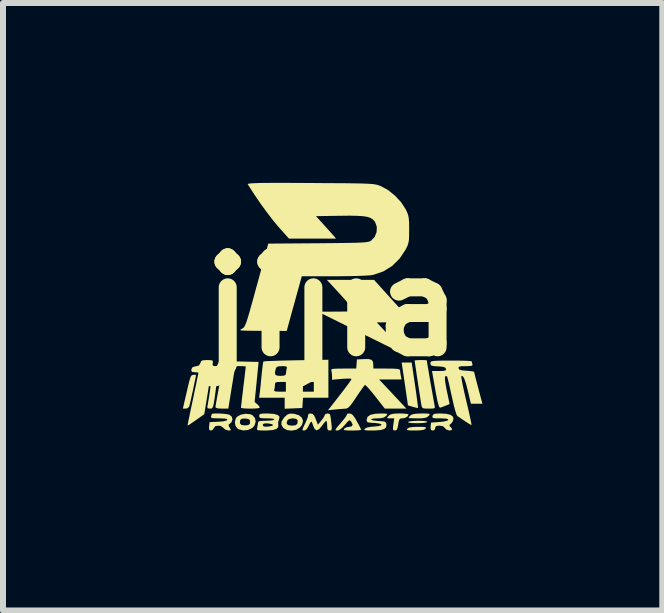
<source format=kicad_pcb>
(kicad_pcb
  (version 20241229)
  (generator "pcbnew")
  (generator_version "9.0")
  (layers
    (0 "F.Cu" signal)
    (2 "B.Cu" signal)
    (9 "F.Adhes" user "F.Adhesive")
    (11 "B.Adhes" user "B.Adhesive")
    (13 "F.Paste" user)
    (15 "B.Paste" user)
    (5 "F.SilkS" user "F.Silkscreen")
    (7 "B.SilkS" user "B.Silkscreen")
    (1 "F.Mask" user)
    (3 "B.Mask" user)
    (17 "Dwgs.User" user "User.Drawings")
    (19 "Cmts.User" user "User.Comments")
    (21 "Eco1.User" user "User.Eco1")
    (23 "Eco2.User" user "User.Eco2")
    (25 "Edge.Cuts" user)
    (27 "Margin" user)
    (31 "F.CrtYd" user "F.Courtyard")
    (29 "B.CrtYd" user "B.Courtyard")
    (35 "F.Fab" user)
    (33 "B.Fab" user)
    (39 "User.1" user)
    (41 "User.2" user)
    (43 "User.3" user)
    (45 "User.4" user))
  (footprint "jijia"
    (layer "F.Cu")
    (at 2.498 2.064)
    (property "Reference" "jijia" (at 0 0 0) (layer "F.SilkS") (effects (font (size 1.5 1.5) (thickness 0.3))))
    (attr board_only exclude_from_pos_files exclude_from_bom)
    (fp_poly (pts (xy 1.374 1.309) (xy 1.391 1.427) (xy 1.405 1.531) (xy 1.416 1.613) (xy 1.423 1.669) (xy 1.424 1.69) (xy 1.424 1.69) (xy 1.403 1.688) (xy 1.357 1.677) (xy 1.337 1.671) (xy 1.256 1.647) (xy 1.204 1.29) (xy 1.151 0.932) (xy 1.234 0.932) (xy 1.318 0.932)) (stroke (width 0) (type solid)) (fill yes) (layer "F.SilkS"))
    (fp_poly (pts (xy 1.516 1.906) (xy 1.566 1.913) (xy 1.58 1.924) (xy 1.58 1.924) (xy 1.555 1.934) (xy 1.5 1.941) (xy 1.426 1.944) (xy 1.405 1.944) (xy 1.32 1.942) (xy 1.269 1.935) (xy 1.255 1.925) (xy 1.256 1.924) (xy 1.281 1.915) (xy 1.335 1.908) (xy 1.409 1.904) (xy 1.43 1.904)) (stroke (width 0) (type solid)) (fill yes) (layer "F.SilkS"))
    (fp_poly (pts (xy 1.499 2.006) (xy 1.542 2.01) (xy 1.557 2.018) (xy 1.552 2.033) (xy 1.55 2.036) (xy 1.521 2.053) (xy 1.465 2.063) (xy 1.377 2.066) (xy 1.372 2.066) (xy 1.296 2.065) (xy 1.253 2.061) (xy 1.238 2.053) (xy 1.243 2.039) (xy 1.246 2.036) (xy 1.275 2.018) (xy 1.33 2.008) (xy 1.419 2.005) (xy 1.423 2.005)) (stroke (width 0) (type solid)) (fill yes) (layer "F.SilkS"))
    (fp_poly (pts (xy 1.561 1.783) (xy 1.604 1.786) (xy 1.619 1.793) (xy 1.614 1.807) (xy 1.6 1.823) (xy 1.573 1.845) (xy 1.535 1.857) (xy 1.474 1.863) (xy 1.415 1.863) (xy 1.343 1.862) (xy 1.29 1.86) (xy 1.266 1.855) (xy 1.266 1.855) (xy 1.278 1.835) (xy 1.298 1.814) (xy 1.33 1.796) (xy 1.387 1.786) (xy 1.475 1.782) (xy 1.483 1.782)) (stroke (width 0) (type solid)) (fill yes) (layer "F.SilkS"))
    (fp_poly (pts (xy -2.279 1.143) (xy -2.283 1.168) (xy -2.294 1.223) (xy -2.31 1.298) (xy -2.328 1.386) (xy -2.348 1.475) (xy -2.366 1.557) (xy -2.381 1.622) (xy -2.391 1.662) (xy -2.392 1.666) (xy -2.419 1.695) (xy -2.45 1.701) (xy -2.498 1.701) (xy -2.469 1.575) (xy -2.436 1.434) (xy -2.412 1.328) (xy -2.393 1.251) (xy -2.378 1.199) (xy -2.366 1.167) (xy -2.354 1.149) (xy -2.342 1.142) (xy -2.328 1.139) (xy -2.324 1.138) (xy -2.289 1.137)) (stroke (width 0) (type solid)) (fill yes) (layer "F.SilkS"))
    (fp_poly (pts (xy -1.928 1.139) (xy -1.919 1.161) (xy -1.923 1.2) (xy -1.931 1.252) (xy -1.942 1.329) (xy -1.953 1.415) (xy -1.955 1.428) (xy -1.97 1.537) (xy -1.982 1.613) (xy -1.993 1.661) (xy -2.005 1.687) (xy -2.02 1.699) (xy -2.042 1.701) (xy -2.049 1.701) (xy -2.085 1.695) (xy -2.09 1.67) (xy -2.089 1.666) (xy -2.083 1.633) (xy -2.072 1.569) (xy -2.058 1.483) (xy -2.044 1.385) (xy -2.044 1.382) (xy -2.029 1.279) (xy -2.017 1.209) (xy -2.005 1.166) (xy -1.993 1.144) (xy -1.977 1.136) (xy -1.96 1.134)) (stroke (width 0) (type solid)) (fill yes) (layer "F.SilkS"))
    (fp_poly (pts (xy 1.189 1.784) (xy 1.242 1.79) (xy 1.266 1.797) (xy 1.266 1.799) (xy 1.248 1.833) (xy 1.204 1.857) (xy 1.163 1.863) (xy 1.129 1.867) (xy 1.111 1.885) (xy 1.099 1.927) (xy 1.094 1.965) (xy 1.082 2.026) (xy 1.067 2.057) (xy 1.043 2.066) (xy 1.039 2.066) (xy 1.016 2.062) (xy 1.006 2.044) (xy 1.008 2.002) (xy 1.013 1.965) (xy 1.027 1.863) (xy 0.961 1.863) (xy 0.917 1.862) (xy 0.909 1.852) (xy 0.929 1.826) (xy 0.932 1.823) (xy 0.959 1.801) (xy 0.997 1.789) (xy 1.058 1.783) (xy 1.117 1.782)) (stroke (width 0) (type solid)) (fill yes) (layer "F.SilkS"))
    (fp_poly (pts (xy 1.007 -0.096) (xy 1.324 0.253) (xy 1.03 0.259) (xy 0.736 0.264) (xy 0.981 0.527) (xy 1.076 0.63) (xy 1.146 0.707) (xy 1.193 0.76) (xy 1.219 0.793) (xy 1.226 0.808) (xy 1.22 0.809) (xy 1.202 0.8) (xy 1.151 0.775) (xy 1.071 0.735) (xy 0.967 0.684) (xy 0.842 0.622) (xy 0.7 0.552) (xy 0.544 0.475) (xy 0.486 0.446) (xy -0.243 0.085) (xy 0.068 0.083) (xy 0.378 0.081) (xy 0.311 0.002) (xy 0.27 -0.045) (xy 0.209 -0.113) (xy 0.139 -0.191) (xy 0.074 -0.262) (xy -0.096 -0.446) (xy 0.298 -0.446) (xy 0.691 -0.446)) (stroke (width 0) (type solid)) (fill yes) (layer "F.SilkS"))
    (fp_poly (pts (xy -1.376 1.794) (xy -1.337 1.811) (xy -1.295 1.859) (xy -1.284 1.921) (xy -1.304 1.984) (xy -1.34 2.024) (xy -1.41 2.057) (xy -1.491 2.065) (xy -1.567 2.046) (xy -1.586 2.034) (xy -1.621 1.988) (xy -1.628 1.944) (xy -1.548 1.944) (xy -1.52 1.974) (xy -1.46 1.982) (xy -1.453 1.981) (xy -1.403 1.973) (xy -1.381 1.955) (xy -1.377 1.924) (xy -1.383 1.89) (xy -1.407 1.874) (xy -1.453 1.867) (xy -1.511 1.869) (xy -1.539 1.888) (xy -1.542 1.893) (xy -1.548 1.944) (xy -1.628 1.944) (xy -1.631 1.925) (xy -1.615 1.864) (xy -1.592 1.835) (xy -1.53 1.801) (xy -1.452 1.787)) (stroke (width 0) (type solid)) (fill yes) (layer "F.SilkS"))
    (fp_poly (pts (xy -0.661 1.786) (xy -0.643 1.788) (xy -0.563 1.811) (xy -0.512 1.854) (xy -0.494 1.91) (xy -0.512 1.973) (xy -0.546 2.016) (xy -0.607 2.054) (xy -0.684 2.068) (xy -0.76 2.059) (xy -0.819 2.027) (xy -0.82 2.026) (xy -0.855 1.97) (xy -0.854 1.946) (xy -0.768 1.946) (xy -0.744 1.975) (xy -0.685 1.985) (xy -0.678 1.985) (xy -0.622 1.979) (xy -0.594 1.96) (xy -0.587 1.945) (xy -0.583 1.897) (xy -0.61 1.871) (xy -0.669 1.863) (xy -0.73 1.875) (xy -0.756 1.899) (xy -0.768 1.946) (xy -0.854 1.946) (xy -0.851 1.912) (xy -0.808 1.849) (xy -0.799 1.839) (xy -0.756 1.801) (xy -0.716 1.785)) (stroke (width 0) (type solid)) (fill yes) (layer "F.SilkS"))
    (fp_poly (pts (xy 1.526 0.892) (xy 1.563 0.894) (xy 1.57 0.896) (xy 1.573 0.919) (xy 1.582 0.974) (xy 1.596 1.054) (xy 1.612 1.15) (xy 1.63 1.256) (xy 1.649 1.363) (xy 1.667 1.464) (xy 1.682 1.551) (xy 1.694 1.616) (xy 1.701 1.653) (xy 1.702 1.656) (xy 1.705 1.682) (xy 1.693 1.696) (xy 1.656 1.701) (xy 1.601 1.701) (xy 1.538 1.7) (xy 1.503 1.693) (xy 1.488 1.673) (xy 1.479 1.636) (xy 1.472 1.595) (xy 1.462 1.526) (xy 1.448 1.437) (xy 1.432 1.336) (xy 1.416 1.229) (xy 1.4 1.126) (xy 1.387 1.034) (xy 1.376 0.96) (xy 1.369 0.913) (xy 1.367 0.899) (xy 1.385 0.895) (xy 1.432 0.892) (xy 1.468 0.891)) (stroke (width 0) (type solid)) (fill yes) (layer "F.SilkS"))
    (fp_poly (pts (xy 0.31 1.789) (xy 0.339 1.812) (xy 0.373 1.859) (xy 0.403 1.912) (xy 0.439 1.977) (xy 0.464 2.027) (xy 0.476 2.053) (xy 0.476 2.054) (xy 0.457 2.06) (xy 0.408 2.064) (xy 0.338 2.066) (xy 0.322 2.066) (xy 0.244 2.065) (xy 0.201 2.061) (xy 0.185 2.053) (xy 0.19 2.039) (xy 0.192 2.036) (xy 0.23 2.013) (xy 0.276 2.005) (xy 0.322 1.995) (xy 0.333 1.965) (xy 0.308 1.916) (xy 0.307 1.915) (xy 0.29 1.898) (xy 0.272 1.899) (xy 0.245 1.924) (xy 0.204 1.972) (xy 0.145 2.034) (xy 0.097 2.063) (xy 0.076 2.066) (xy 0.053 2.064) (xy 0.047 2.054) (xy 0.06 2.03) (xy 0.096 1.986) (xy 0.139 1.937) (xy 0.189 1.877) (xy 0.224 1.829) (xy 0.239 1.8) (xy 0.239 1.795) (xy 0.246 1.786) (xy 0.278 1.782)) (stroke (width 0) (type solid)) (fill yes) (layer "F.SilkS"))
    (fp_poly (pts (xy 1.899 1.788) (xy 1.969 1.806) (xy 2.007 1.837) (xy 2.015 1.872) (xy 2 1.922) (xy 1.974 1.951) (xy 1.947 1.975) (xy 1.953 1.994) (xy 1.964 2.005) (xy 1.993 2.039) (xy 1.983 2.06) (xy 1.945 2.066) (xy 1.895 2.05) (xy 1.874 2.026) (xy 1.839 1.994) (xy 1.782 1.985) (xy 1.733 1.99) (xy 1.714 2.008) (xy 1.712 2.026) (xy 1.697 2.059) (xy 1.67 2.066) (xy 1.641 2.059) (xy 1.633 2.032) (xy 1.634 2) (xy 1.641 1.934) (xy 1.781 1.924) (xy 1.862 1.915) (xy 1.914 1.901) (xy 1.929 1.889) (xy 1.922 1.875) (xy 1.886 1.867) (xy 1.815 1.864) (xy 1.796 1.863) (xy 1.722 1.863) (xy 1.681 1.858) (xy 1.664 1.848) (xy 1.664 1.829) (xy 1.665 1.823) (xy 1.677 1.8) (xy 1.704 1.787) (xy 1.756 1.783) (xy 1.794 1.782)) (stroke (width 0) (type solid)) (fill yes) (layer "F.SilkS"))
    (fp_poly (pts (xy -1.888 1.783) (xy -1.821 1.787) (xy -1.762 1.794) (xy -1.723 1.802) (xy -1.723 1.802) (xy -1.683 1.835) (xy -1.671 1.883) (xy -1.689 1.93) (xy -1.71 1.948) (xy -1.735 1.969) (xy -1.733 1.994) (xy -1.717 2.019) (xy -1.698 2.053) (xy -1.708 2.065) (xy -1.739 2.066) (xy -1.792 2.05) (xy -1.818 2.026) (xy -1.862 1.992) (xy -1.906 1.985) (xy -1.957 1.994) (xy -1.98 2.023) (xy -1.981 2.026) (xy -2.006 2.059) (xy -2.03 2.066) (xy -2.055 2.059) (xy -2.062 2.031) (xy -2.06 1.996) (xy -2.052 1.926) (xy -1.909 1.92) (xy -1.822 1.913) (xy -1.771 1.9) (xy -1.757 1.889) (xy -1.764 1.875) (xy -1.8 1.867) (xy -1.87 1.864) (xy -1.894 1.863) (xy -1.97 1.862) (xy -2.012 1.858) (xy -2.029 1.847) (xy -2.028 1.831) (xy -2.017 1.799) (xy -2.015 1.791) (xy -1.997 1.784) (xy -1.951 1.782)) (stroke (width 0) (type solid)) (fill yes) (layer "F.SilkS"))
    (fp_poly (pts (xy 0.868 1.783) (xy 0.903 1.787) (xy 0.912 1.796) (xy 0.899 1.814) (xy 0.891 1.823) (xy 0.855 1.849) (xy 0.801 1.861) (xy 0.746 1.863) (xy 0.676 1.867) (xy 0.643 1.877) (xy 0.648 1.889) (xy 0.688 1.9) (xy 0.762 1.908) (xy 0.765 1.908) (xy 0.834 1.912) (xy 0.872 1.92) (xy 0.89 1.936) (xy 0.897 1.965) (xy 0.898 1.97) (xy 0.892 2.012) (xy 0.862 2.04) (xy 0.803 2.058) (xy 0.71 2.065) (xy 0.654 2.066) (xy 0.581 2.065) (xy 0.541 2.061) (xy 0.528 2.052) (xy 0.536 2.037) (xy 0.573 2.017) (xy 0.643 2.004) (xy 0.684 2.001) (xy 0.765 1.993) (xy 0.809 1.98) (xy 0.815 1.964) (xy 0.783 1.951) (xy 0.712 1.941) (xy 0.695 1.94) (xy 0.625 1.936) (xy 0.587 1.929) (xy 0.571 1.914) (xy 0.567 1.888) (xy 0.567 1.884) (xy 0.584 1.836) (xy 0.634 1.803) (xy 0.72 1.786) (xy 0.798 1.783)) (stroke (width 0) (type solid)) (fill yes) (layer "F.SilkS"))
    (fp_poly (pts (xy -2.032 0.893) (xy -2.004 0.9) (xy -1.997 0.919) (xy -2 0.942) (xy -2.002 0.976) (xy -1.984 0.99) (xy -1.94 0.993) (xy -1.894 0.996) (xy -1.877 1.012) (xy -1.877 1.038) (xy -1.891 1.071) (xy -1.928 1.086) (xy -1.956 1.09) (xy -2.028 1.096) (xy -2.084 1.445) (xy -2.141 1.794) (xy -2.254 1.874) (xy -2.332 1.929) (xy -2.382 1.963) (xy -2.409 1.979) (xy -2.42 1.981) (xy -2.42 1.979) (xy -2.416 1.958) (xy -2.405 1.903) (xy -2.388 1.82) (xy -2.366 1.714) (xy -2.34 1.593) (xy -2.329 1.542) (xy -2.303 1.415) (xy -2.279 1.303) (xy -2.26 1.21) (xy -2.246 1.143) (xy -2.239 1.107) (xy -2.238 1.103) (xy -2.256 1.097) (xy -2.299 1.094) (xy -2.3 1.094) (xy -2.344 1.089) (xy -2.357 1.07) (xy -2.356 1.048) (xy -2.341 1.014) (xy -2.3 0.998) (xy -2.284 0.996) (xy -2.233 0.983) (xy -2.209 0.95) (xy -2.206 0.941) (xy -2.194 0.911) (xy -2.17 0.896) (xy -2.121 0.892) (xy -2.092 0.891)) (stroke (width 0) (type solid)) (fill yes) (layer "F.SilkS"))
    (fp_poly (pts (xy -1.55 0.915) (xy -1.517 0.916) (xy -1.235 0.922) (xy -1.268 1.256) (xy -1.301 1.59) (xy -1.253 1.632) (xy -1.223 1.664) (xy -1.217 1.687) (xy -1.218 1.687) (xy -1.244 1.695) (xy -1.295 1.699) (xy -1.361 1.701) (xy -1.428 1.7) (xy -1.486 1.697) (xy -1.523 1.691) (xy -1.529 1.686) (xy -1.527 1.662) (xy -1.52 1.605) (xy -1.511 1.521) (xy -1.498 1.418) (xy -1.489 1.337) (xy -1.475 1.226) (xy -1.464 1.129) (xy -1.455 1.055) (xy -1.45 1.009) (xy -1.448 0.998) (xy -1.466 0.995) (xy -1.512 0.993) (xy -1.537 0.993) (xy -1.625 0.993) (xy -1.683 1.347) (xy -1.74 1.701) (xy -1.847 1.701) (xy -1.918 1.697) (xy -1.951 1.684) (xy -1.954 1.676) (xy -1.95 1.643) (xy -1.939 1.58) (xy -1.924 1.495) (xy -1.906 1.396) (xy -1.886 1.289) (xy -1.865 1.184) (xy -1.846 1.087) (xy -1.829 1.006) (xy -1.817 0.948) (xy -1.809 0.922) (xy -1.809 0.921) (xy -1.786 0.918) (xy -1.73 0.915) (xy -1.649 0.915)) (stroke (width 0) (type solid)) (fill yes) (layer "F.SilkS"))
    (fp_poly (pts (xy -0.334 1.79) (xy -0.308 1.817) (xy -0.282 1.875) (xy -0.282 1.876) (xy -0.246 1.969) (xy -0.189 1.901) (xy -0.154 1.854) (xy -0.134 1.816) (xy -0.132 1.808) (xy -0.116 1.789) (xy -0.081 1.782) (xy -0.05 1.791) (xy -0.044 1.798) (xy -0.038 1.824) (xy -0.029 1.879) (xy -0.022 1.939) (xy -0.015 2.008) (xy -0.016 2.046) (xy -0.026 2.063) (xy -0.048 2.066) (xy -0.05 2.066) (xy -0.077 2.06) (xy -0.089 2.033) (xy -0.091 1.985) (xy -0.095 1.934) (xy -0.103 1.907) (xy -0.106 1.905) (xy -0.126 1.92) (xy -0.158 1.96) (xy -0.177 1.986) (xy -0.226 2.044) (xy -0.267 2.063) (xy -0.299 2.043) (xy -0.315 2.01) (xy -0.334 1.959) (xy -0.347 1.924) (xy -0.361 1.919) (xy -0.383 1.952) (xy -0.396 1.98) (xy -0.429 2.04) (xy -0.463 2.065) (xy -0.475 2.066) (xy -0.497 2.064) (xy -0.503 2.052) (xy -0.494 2.023) (xy -0.468 1.967) (xy -0.459 1.95) (xy -0.43 1.885) (xy -0.412 1.834) (xy -0.41 1.808) (xy -0.4 1.788) (xy -0.368 1.782)) (stroke (width 0) (type solid)) (fill yes) (layer "F.SilkS"))
    (fp_poly (pts (xy -0.984 1.789) (xy -0.916 1.807) (xy -0.886 1.837) (xy -0.894 1.878) (xy -0.895 1.88) (xy -0.909 1.931) (xy -0.907 1.965) (xy -0.908 2.01) (xy -0.938 2.041) (xy -1.003 2.059) (xy -1.103 2.066) (xy -1.12 2.066) (xy -1.197 2.065) (xy -1.241 2.062) (xy -1.26 2.053) (xy -1.262 2.035) (xy -1.258 2.02) (xy -1.25 1.975) (xy -1.165 1.975) (xy -1.156 1.995) (xy -1.124 2.003) (xy -1.079 2.001) (xy -1.026 1.993) (xy -0.996 1.98) (xy -0.993 1.975) (xy -1.011 1.961) (xy -1.056 1.951) (xy -1.079 1.948) (xy -1.134 1.948) (xy -1.16 1.958) (xy -1.165 1.975) (xy -1.25 1.975) (xy -1.248 1.968) (xy -1.246 1.939) (xy -1.24 1.92) (xy -1.217 1.909) (xy -1.167 1.905) (xy -1.115 1.904) (xy -1.046 1.901) (xy -0.994 1.893) (xy -0.972 1.884) (xy -0.983 1.872) (xy -1.031 1.865) (xy -1.093 1.863) (xy -1.164 1.862) (xy -1.204 1.857) (xy -1.222 1.844) (xy -1.225 1.823) (xy -1.222 1.801) (xy -1.204 1.789) (xy -1.164 1.784) (xy -1.092 1.782) (xy -1.088 1.782)) (stroke (width 0) (type solid)) (fill yes) (layer "F.SilkS"))
    (fp_poly (pts (xy 0.65 0.888) (xy 0.672 0.919) (xy 0.678 0.974) (xy 0.678 0.977) (xy 0.679 1.033) (xy 0.901 1.033) (xy 1.003 1.034) (xy 1.07 1.038) (xy 1.108 1.045) (xy 1.123 1.056) (xy 1.124 1.061) (xy 1.128 1.1) (xy 1.137 1.152) (xy 1.149 1.215) (xy 0.962 1.215) (xy 0.775 1.215) (xy 1.003 1.458) (xy 1.23 1.701) (xy 1.05 1.701) (xy 0.87 1.701) (xy 0.712 1.499) (xy 0.651 1.423) (xy 0.599 1.362) (xy 0.56 1.321) (xy 0.539 1.305) (xy 0.538 1.306) (xy 0.522 1.325) (xy 0.488 1.372) (xy 0.442 1.438) (xy 0.395 1.508) (xy 0.334 1.598) (xy 0.289 1.657) (xy 0.255 1.689) (xy 0.227 1.701) (xy 0.223 1.701) (xy 0.179 1.704) (xy 0.112 1.709) (xy 0.05 1.715) (xy -0.078 1.728) (xy 0.04 1.578) (xy 0.138 1.452) (xy 0.213 1.354) (xy 0.266 1.283) (xy 0.299 1.236) (xy 0.313 1.211) (xy 0.314 1.206) (xy 0.295 1.201) (xy 0.246 1.2) (xy 0.176 1.203) (xy 0.152 1.205) (xy -0.01 1.22) (xy -0.01 1.158) (xy -0.014 1.103) (xy -0.022 1.065) (xy -0.023 1.051) (xy -0.009 1.041) (xy 0.028 1.036) (xy 0.093 1.034) (xy 0.179 1.033) (xy 0.393 1.033) (xy 0.399 0.957) (xy 0.405 0.881) (xy 0.525 0.875) (xy 0.603 0.875)) (stroke (width 0) (type solid)) (fill yes) (layer "F.SilkS"))
    (fp_poly (pts (xy -0.071 1.202) (xy -0.071 1.519) (xy -0.282 1.519) (xy -0.494 1.519) (xy -0.5 1.605) (xy -0.506 1.691) (xy -0.653 1.697) (xy -0.8 1.703) (xy -0.8 1.611) (xy -0.8 1.519) (xy -1.013 1.519) (xy -1.226 1.519) (xy -1.216 1.443) (xy -1.211 1.405) (xy -0.975 1.405) (xy -0.953 1.415) (xy -0.901 1.418) (xy -0.883 1.418) (xy -0.78 1.418) (xy -0.78 1.337) (xy -0.496 1.337) (xy -0.496 1.418) (xy -0.405 1.418) (xy -0.314 1.418) (xy -0.314 1.337) (xy -0.314 1.256) (xy -0.405 1.256) (xy -0.496 1.256) (xy -0.496 1.337) (xy -0.78 1.337) (xy -0.78 1.256) (xy -0.871 1.256) (xy -0.927 1.258) (xy -0.954 1.268) (xy -0.962 1.293) (xy -0.962 1.305) (xy -0.967 1.357) (xy -0.974 1.386) (xy -0.975 1.405) (xy -1.211 1.405) (xy -1.21 1.391) (xy -1.201 1.311) (xy -1.192 1.215) (xy -1.185 1.146) (xy -1.181 1.102) (xy -0.963 1.102) (xy -0.955 1.138) (xy -0.92 1.152) (xy -0.871 1.155) (xy -0.813 1.151) (xy -0.786 1.139) (xy -0.78 1.119) (xy -0.774 1.074) (xy -0.496 1.074) (xy -0.496 1.155) (xy -0.405 1.155) (xy -0.314 1.155) (xy -0.314 1.074) (xy -0.314 0.993) (xy -0.405 0.993) (xy -0.496 0.993) (xy -0.496 1.074) (xy -0.774 1.074) (xy -0.774 1.07) (xy -0.767 1.038) (xy -0.763 1.01) (xy -0.777 0.997) (xy -0.818 0.993) (xy -0.846 0.993) (xy -0.904 0.996) (xy -0.935 1.009) (xy -0.949 1.037) (xy -0.949 1.038) (xy -0.963 1.102) (xy -1.181 1.102) (xy -1.176 1.056) (xy -1.167 0.981) (xy -1.159 0.931) (xy -1.154 0.915) (xy -1.132 0.912) (xy -1.075 0.908) (xy -0.988 0.905) (xy -0.877 0.901) (xy -0.747 0.898) (xy -0.608 0.895) (xy -0.071 0.886)) (stroke (width 0) (type solid)) (fill yes) (layer "F.SilkS"))
    (fp_poly (pts (xy 2.088 0.9) (xy 2.185 0.902) (xy 2.261 0.905) (xy 2.307 0.909) (xy 2.319 0.913) (xy 2.326 0.944) (xy 2.332 0.96) (xy 2.332 0.978) (xy 2.313 0.988) (xy 2.266 0.992) (xy 2.219 0.993) (xy 2.15 0.994) (xy 2.113 1) (xy 2.1 1.013) (xy 2.1 1.028) (xy 2.112 1.049) (xy 2.144 1.061) (xy 2.205 1.068) (xy 2.233 1.069) (xy 2.299 1.075) (xy 2.345 1.082) (xy 2.36 1.09) (xy 2.365 1.114) (xy 2.379 1.169) (xy 2.399 1.248) (xy 2.424 1.342) (xy 2.429 1.362) (xy 2.498 1.62) (xy 2.402 1.62) (xy 2.306 1.62) (xy 2.258 1.416) (xy 2.226 1.291) (xy 2.197 1.206) (xy 2.172 1.161) (xy 2.15 1.156) (xy 2.147 1.158) (xy 2.147 1.181) (xy 2.156 1.237) (xy 2.172 1.321) (xy 2.195 1.425) (xy 2.222 1.544) (xy 2.228 1.57) (xy 2.257 1.69) (xy 2.281 1.797) (xy 2.3 1.884) (xy 2.312 1.944) (xy 2.317 1.972) (xy 2.316 1.974) (xy 2.297 1.967) (xy 2.255 1.942) (xy 2.208 1.911) (xy 2.149 1.871) (xy 2.101 1.839) (xy 2.08 1.825) (xy 2.066 1.801) (xy 2.047 1.743) (xy 2.024 1.659) (xy 2 1.555) (xy 1.986 1.491) (xy 1.962 1.383) (xy 1.941 1.288) (xy 1.923 1.215) (xy 1.91 1.17) (xy 1.906 1.16) (xy 1.883 1.16) (xy 1.875 1.166) (xy 1.872 1.193) (xy 1.877 1.253) (xy 1.891 1.337) (xy 1.904 1.404) (xy 1.951 1.624) (xy 1.885 1.652) (xy 1.833 1.672) (xy 1.795 1.685) (xy 1.793 1.685) (xy 1.779 1.675) (xy 1.765 1.638) (xy 1.747 1.569) (xy 1.726 1.465) (xy 1.711 1.382) (xy 1.657 1.074) (xy 1.777 1.074) (xy 1.844 1.072) (xy 1.879 1.065) (xy 1.891 1.051) (xy 1.89 1.038) (xy 1.878 1.018) (xy 1.846 1.005) (xy 1.785 0.998) (xy 1.757 0.997) (xy 1.688 0.992) (xy 1.65 0.984) (xy 1.634 0.969) (xy 1.631 0.946) (xy 1.632 0.93) (xy 1.639 0.918) (xy 1.658 0.91) (xy 1.695 0.905) (xy 1.754 0.902) (xy 1.843 0.9) (xy 1.966 0.9) (xy 1.975 0.9)) (stroke (width 0) (type solid)) (fill yes) (layer "F.SilkS"))
    (fp_poly (pts (xy -0.804 -2.064) (xy -0.599 -2.063) (xy -0.371 -2.062) (xy -0.137 -2.06) (xy 0.06 -2.059) (xy 0.224 -2.058) (xy 0.358 -2.056) (xy 0.466 -2.054) (xy 0.552 -2.051) (xy 0.618 -2.048) (xy 0.67 -2.044) (xy 0.709 -2.038) (xy 0.74 -2.032) (xy 0.767 -2.024) (xy 0.792 -2.014) (xy 0.806 -2.009) (xy 0.924 -1.944) (xy 1.04 -1.851) (xy 1.142 -1.741) (xy 1.216 -1.627) (xy 1.243 -1.571) (xy 1.26 -1.523) (xy 1.27 -1.471) (xy 1.275 -1.403) (xy 1.276 -1.308) (xy 1.276 -1.286) (xy 1.275 -1.185) (xy 1.272 -1.113) (xy 1.263 -1.06) (xy 1.248 -1.014) (xy 1.223 -0.964) (xy 1.219 -0.954) (xy 1.118 -0.803) (xy 0.993 -0.679) (xy 0.847 -0.588) (xy 0.684 -0.532) (xy 0.661 -0.527) (xy 0.611 -0.521) (xy 0.527 -0.516) (xy 0.416 -0.512) (xy 0.286 -0.509) (xy 0.142 -0.507) (xy 0.018 -0.506) (xy -0.515 -0.506) (xy -0.536 -0.43) (xy -0.548 -0.387) (xy -0.568 -0.312) (xy -0.596 -0.214) (xy -0.627 -0.099) (xy -0.661 0.024) (xy -0.662 0.025) (xy -0.766 0.405) (xy -1.173 0.404) (xy -1.31 0.403) (xy -1.411 0.402) (xy -1.48 0.4) (xy -1.522 0.397) (xy -1.54 0.392) (xy -1.539 0.384) (xy -1.524 0.375) (xy -1.517 0.371) (xy -1.5 0.362) (xy -1.485 0.35) (xy -1.471 0.331) (xy -1.456 0.301) (xy -1.438 0.257) (xy -1.418 0.194) (xy -1.392 0.109) (xy -1.361 -0.003) (xy -1.321 -0.145) (xy -1.273 -0.322) (xy -1.263 -0.356) (xy -1.074 -1.051) (xy -0.243 -1.057) (xy -0.036 -1.059) (xy 0.134 -1.061) (xy 0.272 -1.063) (xy 0.38 -1.065) (xy 0.464 -1.068) (xy 0.526 -1.072) (xy 0.571 -1.077) (xy 0.603 -1.083) (xy 0.624 -1.09) (xy 0.64 -1.099) (xy 0.7 -1.161) (xy 0.733 -1.242) (xy 0.737 -1.328) (xy 0.71 -1.407) (xy 0.698 -1.425) (xy 0.668 -1.456) (xy 0.63 -1.48) (xy 0.579 -1.497) (xy 0.509 -1.508) (xy 0.415 -1.514) (xy 0.292 -1.517) (xy 0.134 -1.515) (xy 0.114 -1.515) (xy -0.278 -1.509) (xy -0.149 -1.367) (xy -0.088 -1.299) (xy -0.033 -1.238) (xy 0.007 -1.192) (xy 0.018 -1.18) (xy 0.057 -1.134) (xy -0.336 -1.135) (xy -0.729 -1.135) (xy -0.905 -1.332) (xy -0.993 -1.438) (xy -1.094 -1.569) (xy -1.2 -1.714) (xy -1.303 -1.865) (xy -1.396 -2.01) (xy -1.416 -2.042) (xy -1.413 -2.047) (xy -1.394 -2.052) (xy -1.358 -2.056) (xy -1.3 -2.059) (xy -1.219 -2.062) (xy -1.111 -2.063) (xy -0.974 -2.064)) (stroke (width 0) (type solid)) (fill yes) (layer "F.SilkS")))
  (gr_rect
    (start -3 -3)
    (end 7.996 7.132)
    (stroke (width 0.1) (type default))
    (fill no)
    (layer "Edge.Cuts")))
</source>
